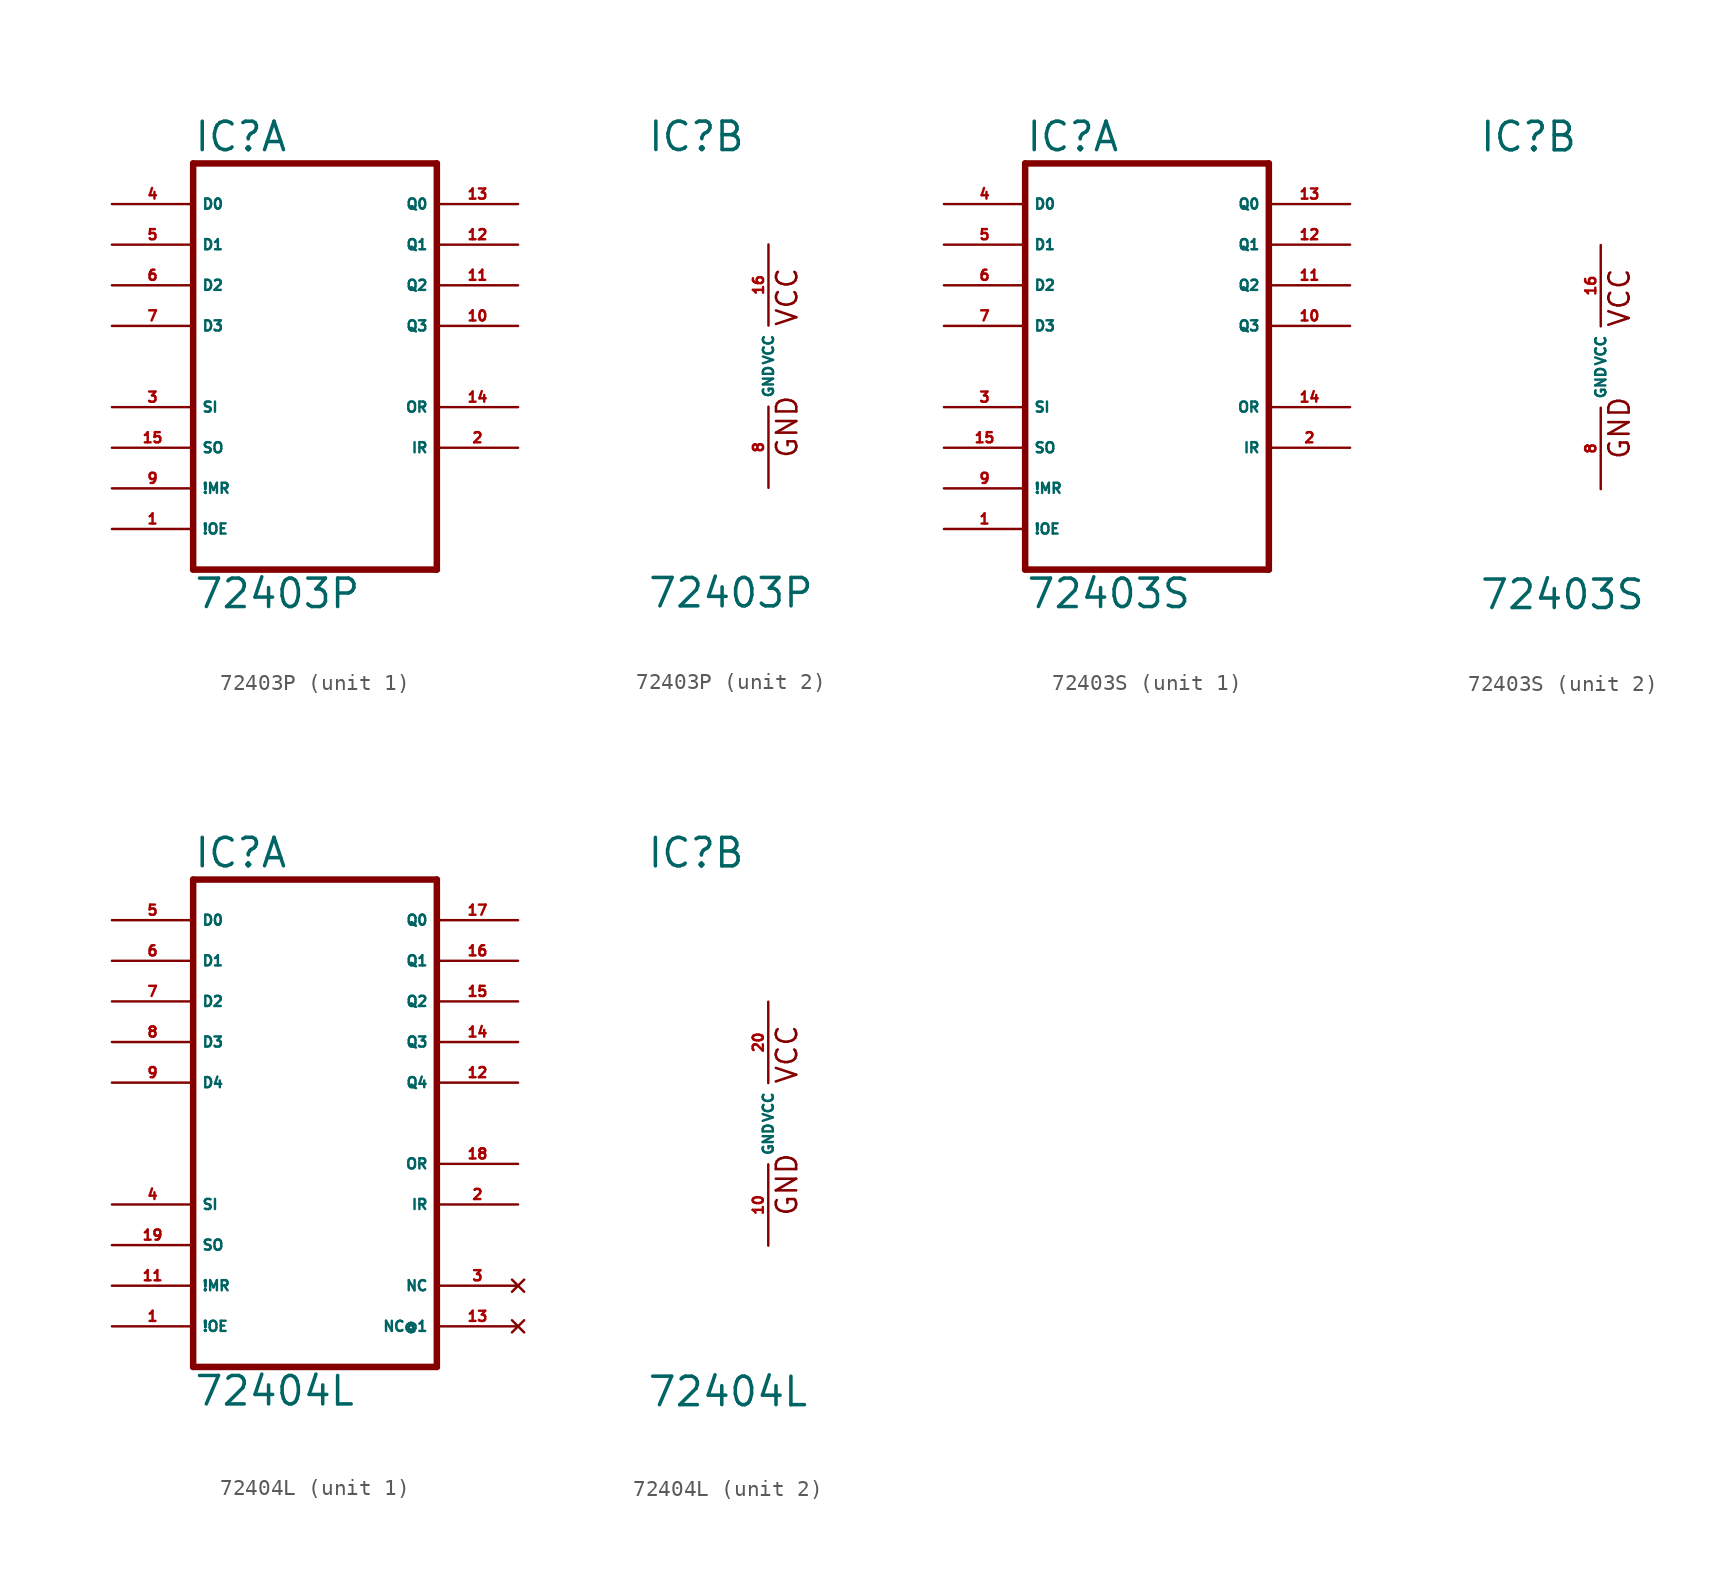
<source format=kicad_sym>
(kicad_symbol_lib
  (version 20220914)
  (generator Eagle2Kicad)
  (symbol "72403P"
    (property "Reference" "IC"
      (at -7.62 13.335 0)
      (effects (font (size 1.778 1.778) (thickness 0.22)) (justify left bottom)))
    (property "Value" "72403P"
      (at -7.62 -15.24 0)
      (effects (font (size 1.778 1.778) (thickness 0.22)) (justify left bottom)))
    (symbol "72403P_1_0"
      (polyline (pts (xy -7.62 -12.7) (xy 7.62 -12.7)) (stroke (width 0.406) (type default)) (fill (type none)))
      (polyline (pts (xy 7.62 -12.7) (xy 7.62 12.7)) (stroke (width 0.406) (type default)) (fill (type none)))
      (polyline (pts (xy 7.62 12.7) (xy -7.62 12.7)) (stroke (width 0.406) (type default)) (fill (type none)))
      (polyline (pts (xy -7.62 12.7) (xy -7.62 -12.7)) (stroke (width 0.406) (type default)) (fill (type none)))
      (pin input line (at -12.7 10.16 0) (length 5.08) (name "D0" (effects (font (size 0.635 0.635) (thickness 0.08)) (justify left bottom))) (number "4" (effects (font (size 0.635 0.635) (thickness 0.08)) (justify left bottom))))
      (pin input line (at -12.7 7.62 0) (length 5.08) (name "D1" (effects (font (size 0.635 0.635) (thickness 0.08)) (justify left bottom))) (number "5" (effects (font (size 0.635 0.635) (thickness 0.08)) (justify left bottom))))
      (pin input line (at -12.7 5.08 0) (length 5.08) (name "D2" (effects (font (size 0.635 0.635) (thickness 0.08)) (justify left bottom))) (number "6" (effects (font (size 0.635 0.635) (thickness 0.08)) (justify left bottom))))
      (pin input line (at -12.7 2.54 0) (length 5.08) (name "D3" (effects (font (size 0.635 0.635) (thickness 0.08)) (justify left bottom))) (number "7" (effects (font (size 0.635 0.635) (thickness 0.08)) (justify left bottom))))
      (pin input line (at -12.7 -2.54 0) (length 5.08) (name "SI" (effects (font (size 0.635 0.635) (thickness 0.08)) (justify left bottom))) (number "3" (effects (font (size 0.635 0.635) (thickness 0.08)) (justify left bottom))))
      (pin input line (at -12.7 -7.62 0) (length 5.08) (name "!MR" (effects (font (size 0.635 0.635) (thickness 0.08)) (justify left bottom))) (number "9" (effects (font (size 0.635 0.635) (thickness 0.08)) (justify left bottom))))
      (pin output line (at 12.7 10.16 180) (length 5.08) (name "Q0" (effects (font (size 0.635 0.635) (thickness 0.08)) (justify left bottom))) (number "13" (effects (font (size 0.635 0.635) (thickness 0.08)) (justify left bottom))))
      (pin output line (at 12.7 7.62 180) (length 5.08) (name "Q1" (effects (font (size 0.635 0.635) (thickness 0.08)) (justify left bottom))) (number "12" (effects (font (size 0.635 0.635) (thickness 0.08)) (justify left bottom))))
      (pin output line (at 12.7 5.08 180) (length 5.08) (name "Q2" (effects (font (size 0.635 0.635) (thickness 0.08)) (justify left bottom))) (number "11" (effects (font (size 0.635 0.635) (thickness 0.08)) (justify left bottom))))
      (pin output line (at 12.7 2.54 180) (length 5.08) (name "Q3" (effects (font (size 0.635 0.635) (thickness 0.08)) (justify left bottom))) (number "10" (effects (font (size 0.635 0.635) (thickness 0.08)) (justify left bottom))))
      (pin output line (at 12.7 -2.54 180) (length 5.08) (name "OR" (effects (font (size 0.635 0.635) (thickness 0.08)) (justify left bottom))) (number "14" (effects (font (size 0.635 0.635) (thickness 0.08)) (justify left bottom))))
      (pin input line (at -12.7 -10.16 0) (length 5.08) (name "!OE" (effects (font (size 0.635 0.635) (thickness 0.08)) (justify left bottom))) (number "1" (effects (font (size 0.635 0.635) (thickness 0.08)) (justify left bottom))))
      (pin input line (at -12.7 -5.08 0) (length 5.08) (name "SO" (effects (font (size 0.635 0.635) (thickness 0.08)) (justify left bottom))) (number "15" (effects (font (size 0.635 0.635) (thickness 0.08)) (justify left bottom))))
      (pin output line (at 12.7 -5.08 180) (length 5.08) (name "IR" (effects (font (size 0.635 0.635) (thickness 0.08)) (justify left bottom))) (number "2" (effects (font (size 0.635 0.635) (thickness 0.08)) (justify left bottom)))))
    (symbol "72403P_2_0"
      (text "GND" (at 1.905 -5.842 900) (effects (font (size 1.27 1.27) (thickness 0.16)) (justify left bottom)))
      (text "VCC" (at 1.905 2.413 900) (effects (font (size 1.27 1.27) (thickness 0.16)) (justify left bottom)))
      (pin unspecified line (at 0 7.62 270) (length 5.08) (name "VCC" (effects (font (size 0.635 0.635) (thickness 0.08)) (justify left bottom))) (number "16" (effects (font (size 0.635 0.635) (thickness 0.08)) (justify left bottom))))
      (pin unspecified line (at 0 -7.62 90) (length 5.08) (name "GND" (effects (font (size 0.635 0.635) (thickness 0.08)) (justify left bottom))) (number "8" (effects (font (size 0.635 0.635) (thickness 0.08)) (justify left bottom))))))
  (symbol "72403S"
    (property "Reference" "IC"
      (at -7.62 13.335 0)
      (effects (font (size 1.778 1.778) (thickness 0.22)) (justify left bottom)))
    (property "Value" "72403S"
      (at -7.62 -15.24 0)
      (effects (font (size 1.778 1.778) (thickness 0.22)) (justify left bottom)))
    (symbol "72403S_1_0"
      (polyline (pts (xy -7.62 -12.7) (xy 7.62 -12.7)) (stroke (width 0.406) (type default)) (fill (type none)))
      (polyline (pts (xy 7.62 -12.7) (xy 7.62 12.7)) (stroke (width 0.406) (type default)) (fill (type none)))
      (polyline (pts (xy 7.62 12.7) (xy -7.62 12.7)) (stroke (width 0.406) (type default)) (fill (type none)))
      (polyline (pts (xy -7.62 12.7) (xy -7.62 -12.7)) (stroke (width 0.406) (type default)) (fill (type none)))
      (pin input line (at -12.7 10.16 0) (length 5.08) (name "D0" (effects (font (size 0.635 0.635) (thickness 0.08)) (justify left bottom))) (number "4" (effects (font (size 0.635 0.635) (thickness 0.08)) (justify left bottom))))
      (pin input line (at -12.7 7.62 0) (length 5.08) (name "D1" (effects (font (size 0.635 0.635) (thickness 0.08)) (justify left bottom))) (number "5" (effects (font (size 0.635 0.635) (thickness 0.08)) (justify left bottom))))
      (pin input line (at -12.7 5.08 0) (length 5.08) (name "D2" (effects (font (size 0.635 0.635) (thickness 0.08)) (justify left bottom))) (number "6" (effects (font (size 0.635 0.635) (thickness 0.08)) (justify left bottom))))
      (pin input line (at -12.7 2.54 0) (length 5.08) (name "D3" (effects (font (size 0.635 0.635) (thickness 0.08)) (justify left bottom))) (number "7" (effects (font (size 0.635 0.635) (thickness 0.08)) (justify left bottom))))
      (pin input line (at -12.7 -2.54 0) (length 5.08) (name "SI" (effects (font (size 0.635 0.635) (thickness 0.08)) (justify left bottom))) (number "3" (effects (font (size 0.635 0.635) (thickness 0.08)) (justify left bottom))))
      (pin input line (at -12.7 -7.62 0) (length 5.08) (name "!MR" (effects (font (size 0.635 0.635) (thickness 0.08)) (justify left bottom))) (number "9" (effects (font (size 0.635 0.635) (thickness 0.08)) (justify left bottom))))
      (pin output line (at 12.7 10.16 180) (length 5.08) (name "Q0" (effects (font (size 0.635 0.635) (thickness 0.08)) (justify left bottom))) (number "13" (effects (font (size 0.635 0.635) (thickness 0.08)) (justify left bottom))))
      (pin output line (at 12.7 7.62 180) (length 5.08) (name "Q1" (effects (font (size 0.635 0.635) (thickness 0.08)) (justify left bottom))) (number "12" (effects (font (size 0.635 0.635) (thickness 0.08)) (justify left bottom))))
      (pin output line (at 12.7 5.08 180) (length 5.08) (name "Q2" (effects (font (size 0.635 0.635) (thickness 0.08)) (justify left bottom))) (number "11" (effects (font (size 0.635 0.635) (thickness 0.08)) (justify left bottom))))
      (pin output line (at 12.7 2.54 180) (length 5.08) (name "Q3" (effects (font (size 0.635 0.635) (thickness 0.08)) (justify left bottom))) (number "10" (effects (font (size 0.635 0.635) (thickness 0.08)) (justify left bottom))))
      (pin output line (at 12.7 -2.54 180) (length 5.08) (name "OR" (effects (font (size 0.635 0.635) (thickness 0.08)) (justify left bottom))) (number "14" (effects (font (size 0.635 0.635) (thickness 0.08)) (justify left bottom))))
      (pin input line (at -12.7 -10.16 0) (length 5.08) (name "!OE" (effects (font (size 0.635 0.635) (thickness 0.08)) (justify left bottom))) (number "1" (effects (font (size 0.635 0.635) (thickness 0.08)) (justify left bottom))))
      (pin input line (at -12.7 -5.08 0) (length 5.08) (name "SO" (effects (font (size 0.635 0.635) (thickness 0.08)) (justify left bottom))) (number "15" (effects (font (size 0.635 0.635) (thickness 0.08)) (justify left bottom))))
      (pin output line (at 12.7 -5.08 180) (length 5.08) (name "IR" (effects (font (size 0.635 0.635) (thickness 0.08)) (justify left bottom))) (number "2" (effects (font (size 0.635 0.635) (thickness 0.08)) (justify left bottom)))))
    (symbol "72403S_2_0"
      (text "GND" (at 1.905 -5.842 900) (effects (font (size 1.27 1.27) (thickness 0.16)) (justify left bottom)))
      (text "VCC" (at 1.905 2.413 900) (effects (font (size 1.27 1.27) (thickness 0.16)) (justify left bottom)))
      (pin unspecified line (at 0 7.62 270) (length 5.08) (name "VCC" (effects (font (size 0.635 0.635) (thickness 0.08)) (justify left bottom))) (number "16" (effects (font (size 0.635 0.635) (thickness 0.08)) (justify left bottom))))
      (pin unspecified line (at 0 -7.62 90) (length 5.08) (name "GND" (effects (font (size 0.635 0.635) (thickness 0.08)) (justify left bottom))) (number "8" (effects (font (size 0.635 0.635) (thickness 0.08)) (justify left bottom))))))
  (symbol "72404L"
    (property "Reference" "IC"
      (at -7.62 15.875 0)
      (effects (font (size 1.778 1.778) (thickness 0.22)) (justify left bottom)))
    (property "Value" "72404L"
      (at -7.62 -17.78 0)
      (effects (font (size 1.778 1.778) (thickness 0.22)) (justify left bottom)))
    (symbol "72404L_1_0"
      (polyline (pts (xy -7.62 -15.24) (xy 7.62 -15.24)) (stroke (width 0.406) (type default)) (fill (type none)))
      (polyline (pts (xy 7.62 -15.24) (xy 7.62 15.24)) (stroke (width 0.406) (type default)) (fill (type none)))
      (polyline (pts (xy 7.62 15.24) (xy -7.62 15.24)) (stroke (width 0.406) (type default)) (fill (type none)))
      (polyline (pts (xy -7.62 15.24) (xy -7.62 -15.24)) (stroke (width 0.406) (type default)) (fill (type none)))
      (pin input line (at -12.7 12.7 0) (length 5.08) (name "D0" (effects (font (size 0.635 0.635) (thickness 0.08)) (justify left bottom))) (number "5" (effects (font (size 0.635 0.635) (thickness 0.08)) (justify left bottom))))
      (pin input line (at -12.7 10.16 0) (length 5.08) (name "D1" (effects (font (size 0.635 0.635) (thickness 0.08)) (justify left bottom))) (number "6" (effects (font (size 0.635 0.635) (thickness 0.08)) (justify left bottom))))
      (pin input line (at -12.7 7.62 0) (length 5.08) (name "D2" (effects (font (size 0.635 0.635) (thickness 0.08)) (justify left bottom))) (number "7" (effects (font (size 0.635 0.635) (thickness 0.08)) (justify left bottom))))
      (pin input line (at -12.7 5.08 0) (length 5.08) (name "D3" (effects (font (size 0.635 0.635) (thickness 0.08)) (justify left bottom))) (number "8" (effects (font (size 0.635 0.635) (thickness 0.08)) (justify left bottom))))
      (pin input line (at -12.7 -5.08 0) (length 5.08) (name "SI" (effects (font (size 0.635 0.635) (thickness 0.08)) (justify left bottom))) (number "4" (effects (font (size 0.635 0.635) (thickness 0.08)) (justify left bottom))))
      (pin input line (at -12.7 -10.16 0) (length 5.08) (name "!MR" (effects (font (size 0.635 0.635) (thickness 0.08)) (justify left bottom))) (number "11" (effects (font (size 0.635 0.635) (thickness 0.08)) (justify left bottom))))
      (pin output line (at 12.7 12.7 180) (length 5.08) (name "Q0" (effects (font (size 0.635 0.635) (thickness 0.08)) (justify left bottom))) (number "17" (effects (font (size 0.635 0.635) (thickness 0.08)) (justify left bottom))))
      (pin output line (at 12.7 10.16 180) (length 5.08) (name "Q1" (effects (font (size 0.635 0.635) (thickness 0.08)) (justify left bottom))) (number "16" (effects (font (size 0.635 0.635) (thickness 0.08)) (justify left bottom))))
      (pin output line (at 12.7 7.62 180) (length 5.08) (name "Q2" (effects (font (size 0.635 0.635) (thickness 0.08)) (justify left bottom))) (number "15" (effects (font (size 0.635 0.635) (thickness 0.08)) (justify left bottom))))
      (pin output line (at 12.7 5.08 180) (length 5.08) (name "Q3" (effects (font (size 0.635 0.635) (thickness 0.08)) (justify left bottom))) (number "14" (effects (font (size 0.635 0.635) (thickness 0.08)) (justify left bottom))))
      (pin output line (at 12.7 -2.54 180) (length 5.08) (name "OR" (effects (font (size 0.635 0.635) (thickness 0.08)) (justify left bottom))) (number "18" (effects (font (size 0.635 0.635) (thickness 0.08)) (justify left bottom))))
      (pin input line (at -12.7 -7.62 0) (length 5.08) (name "SO" (effects (font (size 0.635 0.635) (thickness 0.08)) (justify left bottom))) (number "19" (effects (font (size 0.635 0.635) (thickness 0.08)) (justify left bottom))))
      (pin output line (at 12.7 -5.08 180) (length 5.08) (name "IR" (effects (font (size 0.635 0.635) (thickness 0.08)) (justify left bottom))) (number "2" (effects (font (size 0.635 0.635) (thickness 0.08)) (justify left bottom))))
      (pin input line (at -12.7 2.54 0) (length 5.08) (name "D4" (effects (font (size 0.635 0.635) (thickness 0.08)) (justify left bottom))) (number "9" (effects (font (size 0.635 0.635) (thickness 0.08)) (justify left bottom))))
      (pin output line (at 12.7 2.54 180) (length 5.08) (name "Q4" (effects (font (size 0.635 0.635) (thickness 0.08)) (justify left bottom))) (number "12" (effects (font (size 0.635 0.635) (thickness 0.08)) (justify left bottom))))
      (pin no_connect line (at 12.7 -10.16 180) (length 5.08) (name "NC" (effects (font (size 0.635 0.635) (thickness 0.08)) (justify left bottom) hide)) (number "3" (effects (font (size 0.635 0.635) (thickness 0.08)) (justify left bottom) hide)))
      (pin no_connect line (at 12.7 -12.7 180) (length 5.08) (name "NC@1" (effects (font (size 0.635 0.635) (thickness 0.08)) (justify left bottom) hide)) (number "13" (effects (font (size 0.635 0.635) (thickness 0.08)) (justify left bottom) hide)))
      (pin input line (at -12.7 -12.7 0) (length 5.08) (name "!OE" (effects (font (size 0.635 0.635) (thickness 0.08)) (justify left bottom))) (number "1" (effects (font (size 0.635 0.635) (thickness 0.08)) (justify left bottom)))))
    (symbol "72404L_2_0"
      (text "GND" (at 1.905 -5.842 900) (effects (font (size 1.27 1.27) (thickness 0.16)) (justify left bottom)))
      (text "VCC" (at 1.905 2.413 900) (effects (font (size 1.27 1.27) (thickness 0.16)) (justify left bottom)))
      (pin unspecified line (at 0 7.62 270) (length 5.08) (name "VCC" (effects (font (size 0.635 0.635) (thickness 0.08)) (justify left bottom))) (number "20" (effects (font (size 0.635 0.635) (thickness 0.08)) (justify left bottom))))
      (pin unspecified line (at 0 -7.62 90) (length 5.08) (name "GND" (effects (font (size 0.635 0.635) (thickness 0.08)) (justify left bottom))) (number "10" (effects (font (size 0.635 0.635) (thickness 0.08)) (justify left bottom)))))))
</source>
